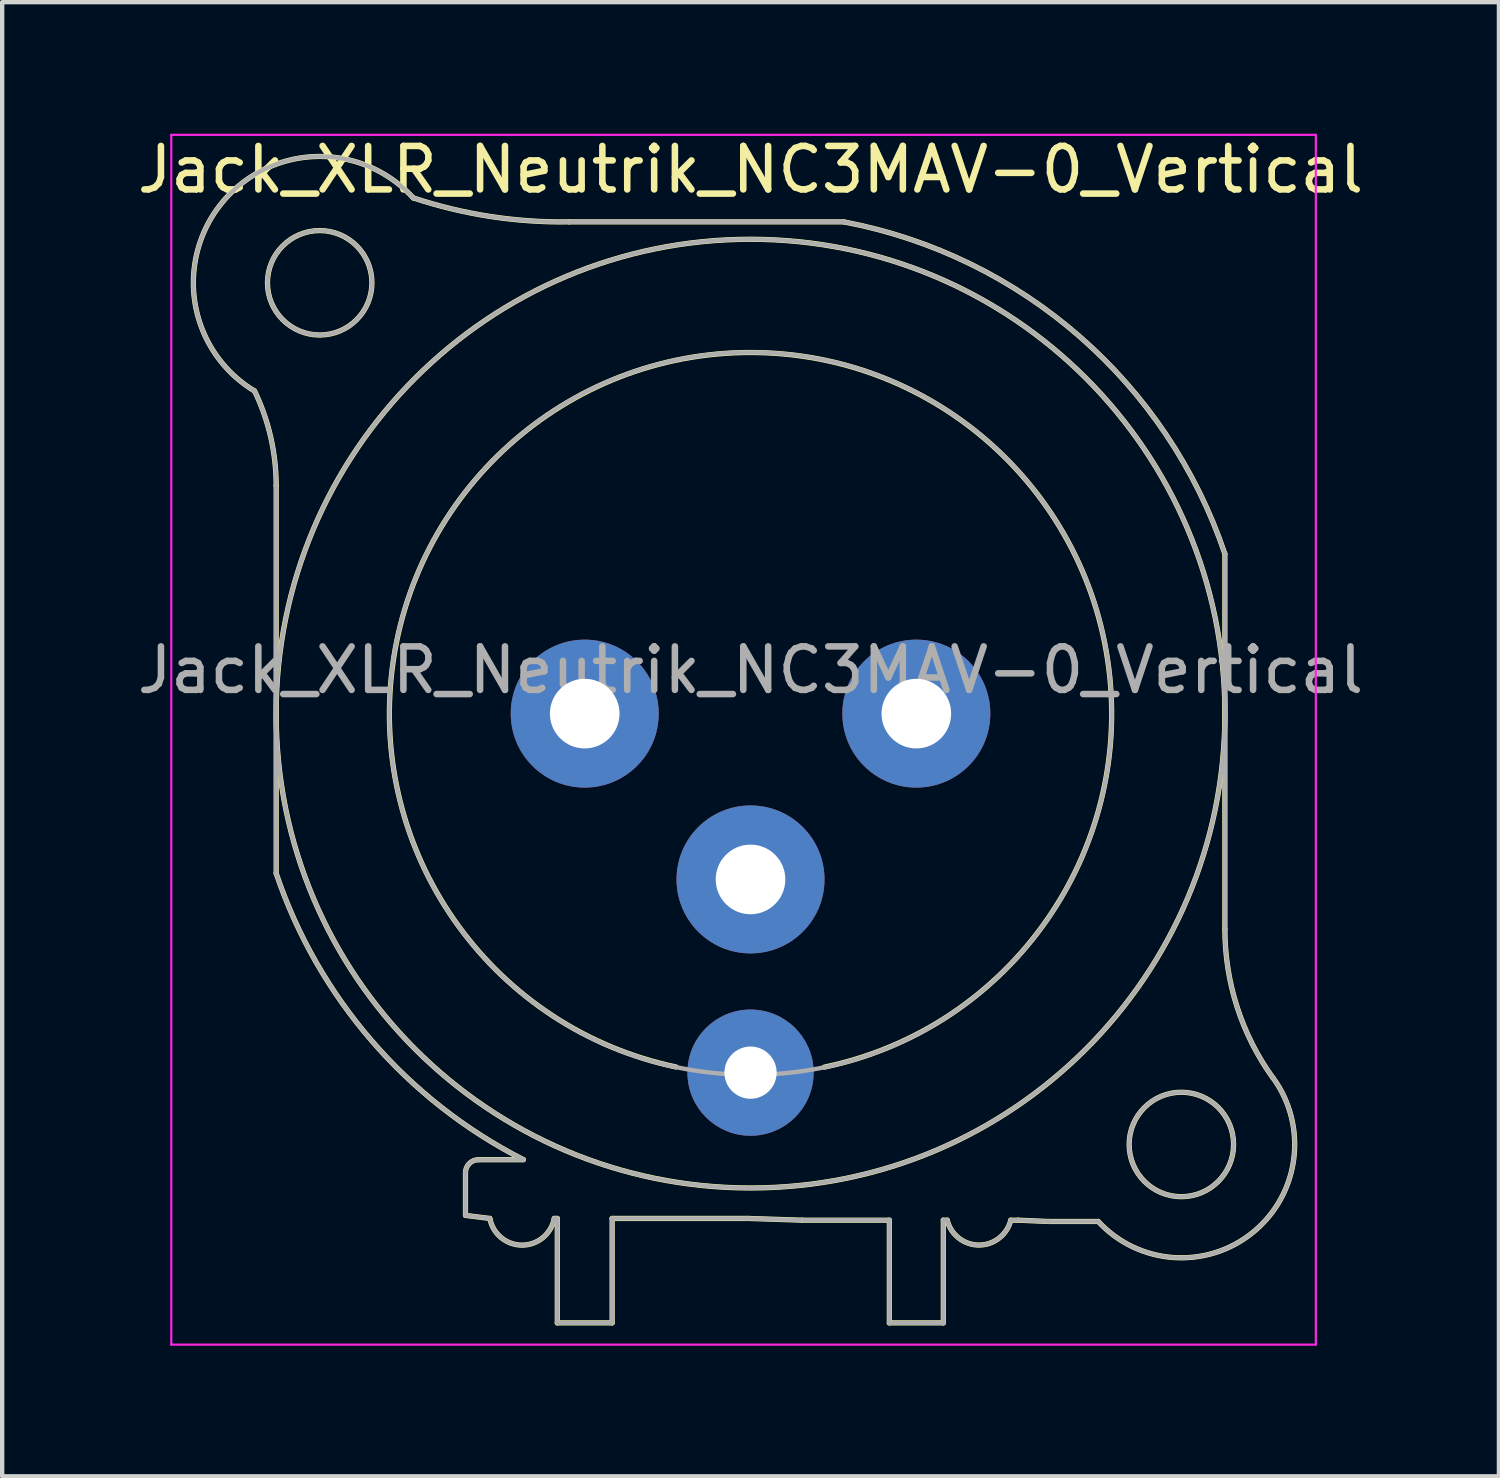
<source format=kicad_pcb>
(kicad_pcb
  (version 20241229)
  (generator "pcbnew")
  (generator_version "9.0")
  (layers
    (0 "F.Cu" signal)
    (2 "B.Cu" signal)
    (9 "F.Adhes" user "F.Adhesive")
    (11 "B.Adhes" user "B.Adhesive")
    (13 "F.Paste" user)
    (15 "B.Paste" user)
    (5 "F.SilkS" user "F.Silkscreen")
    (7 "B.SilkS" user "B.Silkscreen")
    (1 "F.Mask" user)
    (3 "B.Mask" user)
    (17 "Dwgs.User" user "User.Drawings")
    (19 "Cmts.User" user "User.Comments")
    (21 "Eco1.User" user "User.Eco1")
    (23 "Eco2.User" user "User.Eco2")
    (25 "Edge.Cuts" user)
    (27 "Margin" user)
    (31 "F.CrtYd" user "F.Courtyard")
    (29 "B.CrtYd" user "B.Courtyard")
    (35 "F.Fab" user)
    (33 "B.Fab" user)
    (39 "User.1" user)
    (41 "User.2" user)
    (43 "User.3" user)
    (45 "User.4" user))
  (footprint "Jack_XLR_Neutrik_NC3MAV-0_Vertical"
    (layer "F.Cu")
    (at 10.386 13.348)
    (property "Reference" "Jack_XLR_Neutrik_NC3MAV-0_Vertical" (at 3.81 -12.5 0) (layer "F.SilkS") (effects (font (size 1 1) (thickness 0.15))))
    (attr through_hole)
    (fp_line (start -7.09 3.67) (end -7.09 -5.24) (stroke (width 0.12) (type solid)) (layer "F.SilkS"))
    (fp_line (start -2.74 11.53) (end -2.74 10.55) (stroke (width 0.12) (type solid)) (layer "F.SilkS"))
    (fp_line (start -2.74 11.53) (end -2.18 11.6) (stroke (width 0.12) (type solid)) (layer "F.SilkS"))
    (fp_line (start -1.41 10.25) (end -2.44 10.25) (stroke (width 0.12) (type solid)) (layer "F.SilkS"))
    (fp_line (start -0.7 11.6) (end -0.63 11.6) (stroke (width 0.12) (type solid)) (layer "F.SilkS"))
    (fp_line (start -0.63 11.6) (end -0.63 14) (stroke (width 0.12) (type solid)) (layer "F.SilkS"))
    (fp_line (start 0.63 11.6) (end 0.63 14) (stroke (width 0.12) (type solid)) (layer "F.SilkS"))
    (fp_line (start 0.63 11.6) (end 3.76 11.6) (stroke (width 0.12) (type solid)) (layer "F.SilkS"))
    (fp_line (start 0.63 14) (end -0.63 14) (stroke (width 0.12) (type solid)) (layer "F.SilkS"))
    (fp_line (start 3.76 11.6) (end 5 11.64) (stroke (width 0.12) (type solid)) (layer "F.SilkS"))
    (fp_line (start 5 11.64) (end 7 11.64) (stroke (width 0.12) (type solid)) (layer "F.SilkS"))
    (fp_line (start 5.95 -11.3) (end -0.36 -11.3) (stroke (width 0.12) (type solid)) (layer "F.SilkS"))
    (fp_line (start 7 11.64) (end 7 14) (stroke (width 0.12) (type solid)) (layer "F.SilkS"))
    (fp_line (start 8.24 11.64) (end 8.24 14) (stroke (width 0.12) (type solid)) (layer "F.SilkS"))
    (fp_line (start 8.24 11.64) (end 8.33 11.64) (stroke (width 0.12) (type solid)) (layer "F.SilkS"))
    (fp_line (start 8.24 14) (end 7 14) (stroke (width 0.12) (type solid)) (layer "F.SilkS"))
    (fp_line (start 9.79 11.64) (end 9.96 11.64) (stroke (width 0.12) (type solid)) (layer "F.SilkS"))
    (fp_line (start 9.96 11.64) (end 10.66 11.67) (stroke (width 0.12) (type solid)) (layer "F.SilkS"))
    (fp_line (start 10.66 11.67) (end 11.8 11.67) (stroke (width 0.12) (type solid)) (layer "F.SilkS"))
    (fp_line (start 14.71 -3.67) (end 14.71 4.95) (stroke (width 0.12) (type solid)) (layer "F.SilkS"))
    (fp_arc (start -7.593301 -7.417041) (mid -8.329941 -11.745986) (end -3.94 -11.85) (stroke (width 0.12) (type solid)) (layer "F.SilkS"))
    (fp_arc (start -7.585604 -7.412632) (mid -7.215472 -6.354221) (end -7.09 -5.24) (stroke (width 0.12) (type solid)) (layer "F.SilkS"))
    (fp_arc (start -2.74 10.55) (mid -2.652132 10.337868) (end -2.44 10.25) (stroke (width 0.12) (type solid)) (layer "F.SilkS"))
    (fp_arc (start -1.409988 10.248445) (mid -4.895314 7.51641) (end -7.09 3.67) (stroke (width 0.12) (type solid)) (layer "F.SilkS"))
    (fp_arc (start -0.699936 11.599661) (mid -1.439828 12.213127) (end -2.18 11.6) (stroke (width 0.12) (type solid)) (layer "F.SilkS"))
    (fp_arc (start -0.36 -11.3) (mid -2.1728 -11.424322) (end -3.939109 -11.850762) (stroke (width 0.12) (type solid)) (layer "F.SilkS"))
    (fp_arc (start 2.1 8.12) (mid 3.816114 -8.2981) (end 5.508033 8.122511) (stroke (width 0.12) (type solid)) (layer "F.SilkS"))
    (fp_arc (start 5.963496 -11.297847) (mid 11.369395 -8.668013) (end 14.71 -3.67) (stroke (width 0.12) (type solid)) (layer "F.SilkS"))
    (fp_arc (start 9.789694 11.641238) (mid 9.059362 12.211864) (end 8.33 11.64) (stroke (width 0.12) (type solid)) (layer "F.SilkS"))
    (fp_arc (start 15.815277 8.372002) (mid 14.993173 6.748036) (end 14.71 4.95) (stroke (width 0.12) (type solid)) (layer "F.SilkS"))
    (fp_arc (start 15.818809 8.372281) (mid 15.361853 11.913053) (end 11.8 11.67) (stroke (width 0.12) (type solid)) (layer "F.SilkS"))
    (fp_circle (center -6.09 -9.9) (end -4.89 -9.9) (stroke (width 0.12) (type solid)) (fill no) (layer "F.SilkS"))
    (fp_circle (center 3.81 0) (end 14.71 0) (stroke (width 0.12) (type solid)) (fill no) (layer "F.SilkS"))
    (fp_circle (center 13.71 9.9) (end 14.91 9.9) (stroke (width 0.12) (type solid)) (fill no) (layer "F.SilkS"))
    (fp_line (start -9.5 -13.3) (end 16.8 -13.3) (stroke (width 0.05) (type solid)) (layer "F.CrtYd"))
    (fp_line (start -9.5 14.5) (end -9.5 -13.3) (stroke (width 0.05) (type solid)) (layer "F.CrtYd"))
    (fp_line (start 16.8 -13.3) (end 16.8 14.5) (stroke (width 0.05) (type solid)) (layer "F.CrtYd"))
    (fp_line (start 16.8 14.5) (end -9.5 14.5) (stroke (width 0.05) (type solid)) (layer "F.CrtYd"))
    (fp_line (start -7.09 3.67) (end -7.09 -5.24) (stroke (width 0.1) (type solid)) (layer "F.Fab"))
    (fp_line (start -2.74 11.53) (end -2.74 10.55) (stroke (width 0.1) (type solid)) (layer "F.Fab"))
    (fp_line (start -2.74 11.53) (end -2.18 11.6) (stroke (width 0.1) (type solid)) (layer "F.Fab"))
    (fp_line (start -1.41 10.25) (end -2.44 10.25) (stroke (width 0.1) (type solid)) (layer "F.Fab"))
    (fp_line (start -0.7 11.6) (end -0.63 11.6) (stroke (width 0.1) (type solid)) (layer "F.Fab"))
    (fp_line (start -0.63 11.6) (end -0.63 14) (stroke (width 0.1) (type solid)) (layer "F.Fab"))
    (fp_line (start 0.63 11.6) (end 0.63 14) (stroke (width 0.1) (type solid)) (layer "F.Fab"))
    (fp_line (start 0.63 11.6) (end 3.76 11.6) (stroke (width 0.1) (type solid)) (layer "F.Fab"))
    (fp_line (start 0.63 14) (end -0.63 14) (stroke (width 0.1) (type solid)) (layer "F.Fab"))
    (fp_line (start 3.76 11.6) (end 5 11.64) (stroke (width 0.1) (type solid)) (layer "F.Fab"))
    (fp_line (start 5 11.64) (end 7 11.64) (stroke (width 0.1) (type solid)) (layer "F.Fab"))
    (fp_line (start 5.95 -11.3) (end -0.36 -11.3) (stroke (width 0.1) (type solid)) (layer "F.Fab"))
    (fp_line (start 7 11.64) (end 7 14) (stroke (width 0.1) (type solid)) (layer "F.Fab"))
    (fp_line (start 8.24 11.64) (end 8.24 14) (stroke (width 0.1) (type solid)) (layer "F.Fab"))
    (fp_line (start 8.24 11.64) (end 8.33 11.64) (stroke (width 0.1) (type solid)) (layer "F.Fab"))
    (fp_line (start 8.24 14) (end 7 14) (stroke (width 0.1) (type solid)) (layer "F.Fab"))
    (fp_line (start 9.79 11.64) (end 9.96 11.64) (stroke (width 0.1) (type solid)) (layer "F.Fab"))
    (fp_line (start 9.96 11.64) (end 10.66 11.67) (stroke (width 0.1) (type solid)) (layer "F.Fab"))
    (fp_line (start 10.66 11.67) (end 11.8 11.67) (stroke (width 0.1) (type solid)) (layer "F.Fab"))
    (fp_line (start 14.71 -3.67) (end 14.71 4.95) (stroke (width 0.1) (type solid)) (layer "F.Fab"))
    (fp_arc (start -7.593301 -7.417041) (mid -8.329941 -11.745986) (end -3.94 -11.85) (stroke (width 0.1) (type solid)) (layer "F.Fab"))
    (fp_arc (start -7.585604 -7.412632) (mid -7.215472 -6.354221) (end -7.09 -5.24) (stroke (width 0.1) (type solid)) (layer "F.Fab"))
    (fp_arc (start -2.74 10.55) (mid -2.652132 10.337868) (end -2.44 10.25) (stroke (width 0.1) (type solid)) (layer "F.Fab"))
    (fp_arc (start -1.409988 10.248445) (mid -4.895314 7.51641) (end -7.09 3.67) (stroke (width 0.1) (type solid)) (layer "F.Fab"))
    (fp_arc (start -0.699936 11.599661) (mid -1.439828 12.213127) (end -2.18 11.6) (stroke (width 0.1) (type solid)) (layer "F.Fab"))
    (fp_arc (start -0.36 -11.3) (mid -2.1728 -11.424322) (end -3.939109 -11.850762) (stroke (width 0.1) (type solid)) (layer "F.Fab"))
    (fp_arc (start 5.963496 -11.297847) (mid 11.369395 -8.668013) (end 14.71 -3.67) (stroke (width 0.1) (type solid)) (layer "F.Fab"))
    (fp_arc (start 9.789694 11.641238) (mid 9.059362 12.211864) (end 8.33 11.64) (stroke (width 0.1) (type solid)) (layer "F.Fab"))
    (fp_arc (start 15.815277 8.372002) (mid 14.993173 6.748036) (end 14.71 4.95) (stroke (width 0.1) (type solid)) (layer "F.Fab"))
    (fp_arc (start 15.818809 8.372281) (mid 15.361853 11.913053) (end 11.8 11.67) (stroke (width 0.1) (type solid)) (layer "F.Fab"))
    (fp_circle (center -6.09 -9.9) (end -4.89 -9.9) (stroke (width 0.1) (type solid)) (fill no) (layer "F.Fab"))
    (fp_circle (center 3.81 0) (end 12.11 0) (stroke (width 0.1) (type solid)) (fill no) (layer "F.Fab"))
    (fp_circle (center 3.81 0) (end 14.71 0) (stroke (width 0.1) (type solid)) (fill no) (layer "F.Fab"))
    (fp_circle (center 13.71 9.9) (end 14.91 9.9) (stroke (width 0.1) (type solid)) (fill no) (layer "F.Fab"))
    (fp_text user "${REFERENCE}" (at 3.81 -1 0) (layer "F.Fab") (effects (font (size 1 1) (thickness 0.15))))
    (pad "1" thru_hole circle (at 0 0) (size 3.4 3.4) (drill 1.6) (layers "*.Cu" "*.Mask"))
    (pad "2" thru_hole circle (at 7.62 0) (size 3.4 3.4) (drill 1.6) (layers "*.Cu" "*.Mask"))
    (pad "3" thru_hole circle (at 3.81 3.81) (size 3.4 3.4) (drill 1.6) (layers "*.Cu" "*.Mask"))
    (pad "G" thru_hole circle (at 3.81 8.25) (size 2.9 2.9) (drill 1.2) (layers "*.Cu" "*.Mask")))
  (gr_rect
    (start -3 -3)
    (end 31.393 30.873)
    (stroke (width 0.1) (type default))
    (fill no)
    (layer "Edge.Cuts")))
</source>
